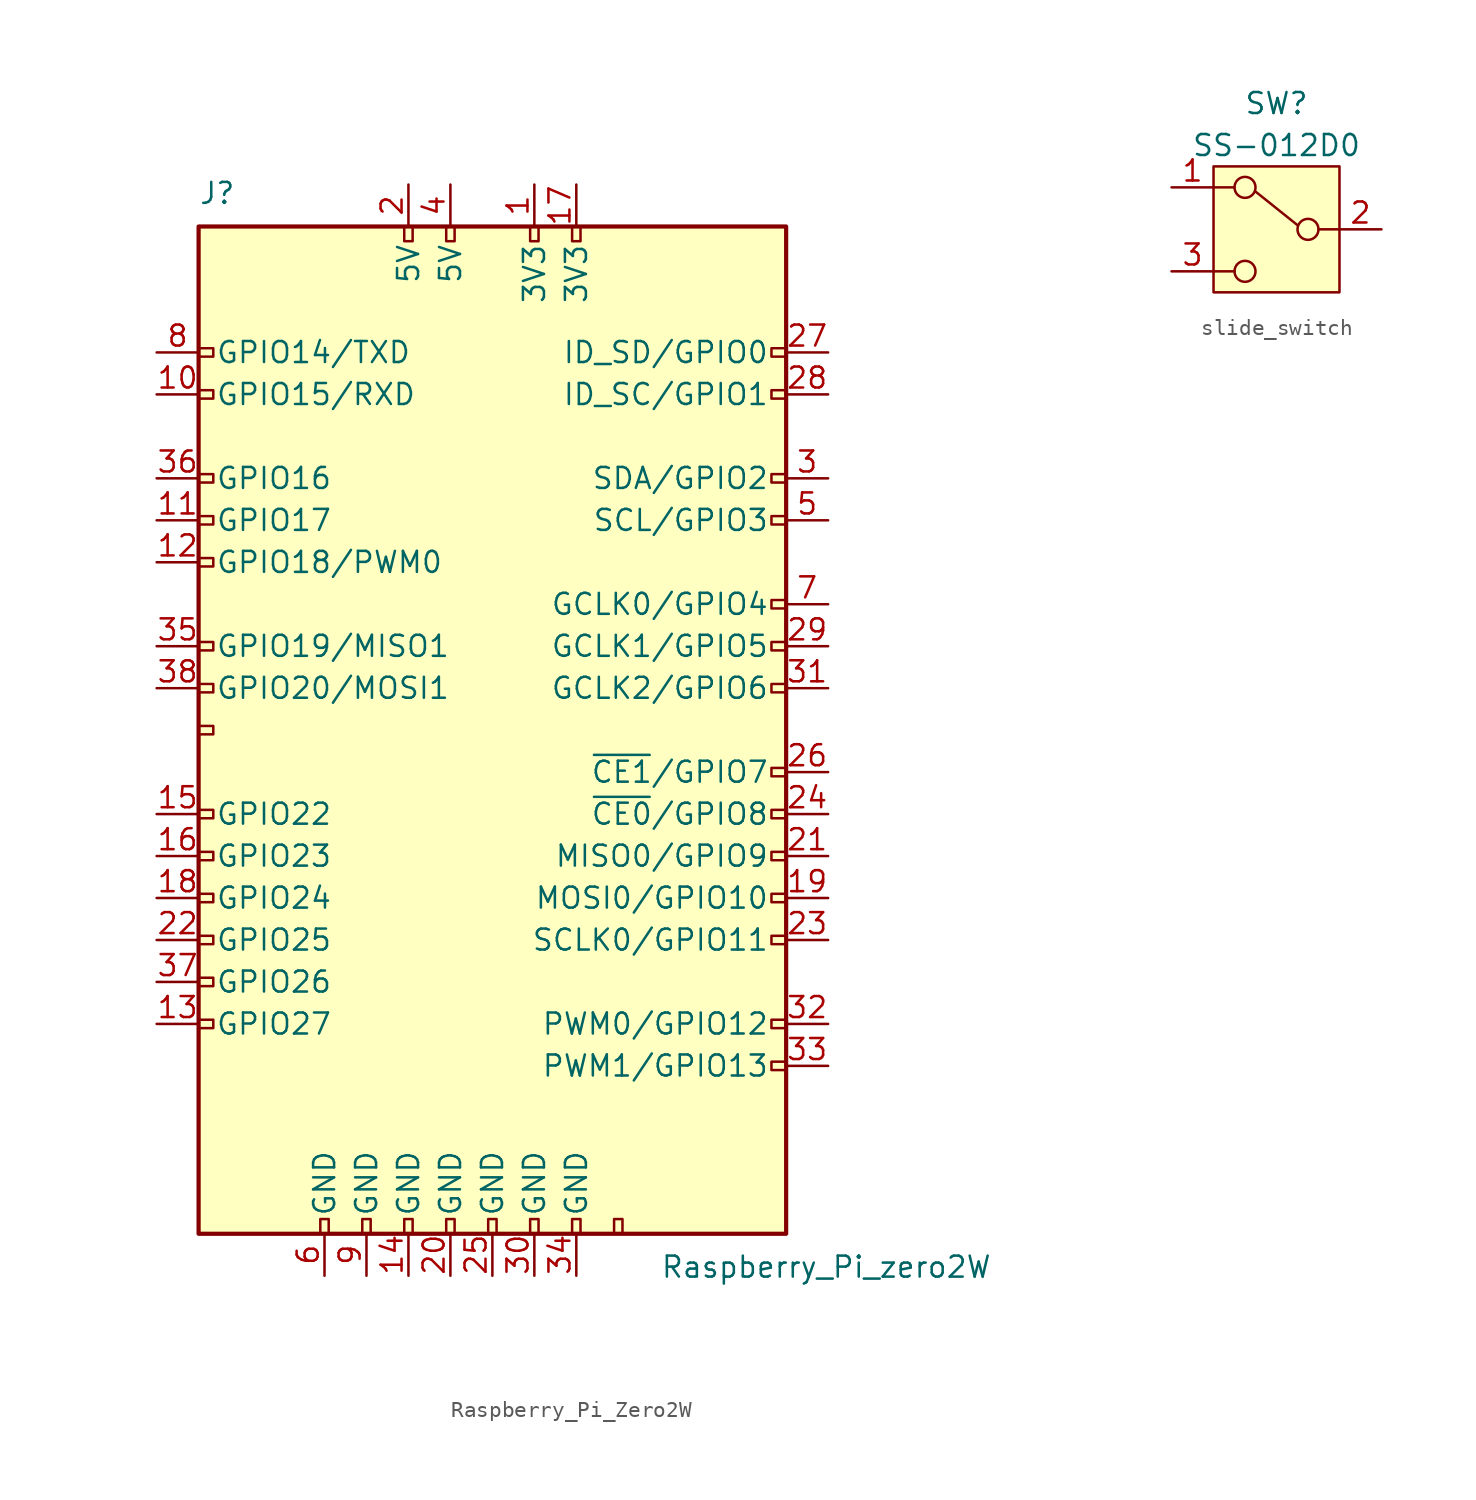
<source format=kicad_sym>
(kicad_symbol_lib
  (version 20231120)
  (generator "kicad_symbol_editor")
  (generator_version "8.0")
  (symbol "Raspberry_Pi_Zero2W"
    (pin_names
      (offset 1.016))
    (property "Reference" "J"
      (at -17.78 31.75 0)
      (effects (font (size 1.27 1.27)) (justify left bottom)))
    (property "Value" "Raspberry_Pi_zero2W"
      (at 10.16 -31.75 0)
      (effects (font (size 1.27 1.27)) (justify left top)))
    (symbol "Raspberry_Pi_Zero2W_0_1"
      (rectangle (start -17.78 30.48) (end 17.78 -30.48) (stroke (width 0.254) (type default)) (fill (type background))))
    (symbol "Raspberry_Pi_Zero2W_1_1"
      (rectangle (start -16.891 -17.526) (end -17.78 -18.034) (stroke (width 0) (type default)) (fill (type none)))
      (rectangle (start -16.891 -14.986) (end -17.78 -15.494) (stroke (width 0) (type default)) (fill (type none)))
      (rectangle (start -16.891 -12.446) (end -17.78 -12.954) (stroke (width 0) (type default)) (fill (type none)))
      (rectangle (start -16.891 -9.906) (end -17.78 -10.414) (stroke (width 0) (type default)) (fill (type none)))
      (rectangle (start -16.891 -7.366) (end -17.78 -7.874) (stroke (width 0) (type default)) (fill (type none)))
      (rectangle (start -16.891 -4.826) (end -17.78 -5.334) (stroke (width 0) (type default)) (fill (type none)))
      (rectangle (start -16.891 0.254) (end -17.78 -0.254) (stroke (width 0) (type default)) (fill (type none)))
      (rectangle (start -16.891 2.794) (end -17.78 2.286) (stroke (width 0) (type default)) (fill (type none)))
      (rectangle (start -16.891 5.334) (end -17.78 4.826) (stroke (width 0) (type default)) (fill (type none)))
      (rectangle (start -16.891 10.414) (end -17.78 9.906) (stroke (width 0) (type default)) (fill (type none)))
      (rectangle (start -16.891 12.954) (end -17.78 12.446) (stroke (width 0) (type default)) (fill (type none)))
      (rectangle (start -16.891 15.494) (end -17.78 14.986) (stroke (width 0) (type default)) (fill (type none)))
      (rectangle (start -16.891 20.574) (end -17.78 20.066) (stroke (width 0) (type default)) (fill (type none)))
      (rectangle (start -16.891 23.114) (end -17.78 22.606) (stroke (width 0) (type default)) (fill (type none)))
      (rectangle (start -10.414 -29.591) (end -9.906 -30.48) (stroke (width 0) (type default)) (fill (type none)))
      (rectangle (start -7.874 -29.591) (end -7.366 -30.48) (stroke (width 0) (type default)) (fill (type none)))
      (rectangle (start -5.334 -29.591) (end -4.826 -30.48) (stroke (width 0) (type default)) (fill (type none)))
      (rectangle (start -5.334 30.48) (end -4.826 29.591) (stroke (width 0) (type default)) (fill (type none)))
      (rectangle (start -2.794 -29.591) (end -2.286 -30.48) (stroke (width 0) (type default)) (fill (type none)))
      (rectangle (start -2.794 30.48) (end -2.286 29.591) (stroke (width 0) (type default)) (fill (type none)))
      (rectangle (start -0.254 -29.591) (end 0.254 -30.48) (stroke (width 0) (type default)) (fill (type none)))
      (rectangle (start 2.286 -29.591) (end 2.794 -30.48) (stroke (width 0) (type default)) (fill (type none)))
      (rectangle (start 2.286 30.48) (end 2.794 29.591) (stroke (width 0) (type default)) (fill (type none)))
      (rectangle (start 4.826 -29.591) (end 5.334 -30.48) (stroke (width 0) (type default)) (fill (type none)))
      (rectangle (start 4.826 30.48) (end 5.334 29.591) (stroke (width 0) (type default)) (fill (type none)))
      (rectangle (start 7.366 -29.591) (end 7.874 -30.48) (stroke (width 0) (type default)) (fill (type none)))
      (rectangle (start 17.78 -20.066) (end 16.891 -20.574) (stroke (width 0) (type default)) (fill (type none)))
      (rectangle (start 17.78 -17.526) (end 16.891 -18.034) (stroke (width 0) (type default)) (fill (type none)))
      (rectangle (start 17.78 -12.446) (end 16.891 -12.954) (stroke (width 0) (type default)) (fill (type none)))
      (rectangle (start 17.78 -9.906) (end 16.891 -10.414) (stroke (width 0) (type default)) (fill (type none)))
      (rectangle (start 17.78 -7.366) (end 16.891 -7.874) (stroke (width 0) (type default)) (fill (type none)))
      (rectangle (start 17.78 -4.826) (end 16.891 -5.334) (stroke (width 0) (type default)) (fill (type none)))
      (rectangle (start 17.78 -2.286) (end 16.891 -2.794) (stroke (width 0) (type default)) (fill (type none)))
      (rectangle (start 17.78 2.794) (end 16.891 2.286) (stroke (width 0) (type default)) (fill (type none)))
      (rectangle (start 17.78 5.334) (end 16.891 4.826) (stroke (width 0) (type default)) (fill (type none)))
      (rectangle (start 17.78 7.874) (end 16.891 7.366) (stroke (width 0) (type default)) (fill (type none)))
      (rectangle (start 17.78 12.954) (end 16.891 12.446) (stroke (width 0) (type default)) (fill (type none)))
      (rectangle (start 17.78 15.494) (end 16.891 14.986) (stroke (width 0) (type default)) (fill (type none)))
      (rectangle (start 17.78 20.574) (end 16.891 20.066) (stroke (width 0) (type default)) (fill (type none)))
      (rectangle (start 17.78 23.114) (end 16.891 22.606) (stroke (width 0) (type default)) (fill (type none)))
      (pin power_in line (at 2.54 33.02 270) (length 2.54) (name "3V3" (effects (font (size 1.27 1.27)))) (number "1" (effects (font (size 1.27 1.27)))))
      (pin bidirectional line (at -20.32 20.32 0) (length 2.54) (name "GPIO15/RXD" (effects (font (size 1.27 1.27)))) (number "10" (effects (font (size 1.27 1.27)))))
      (pin bidirectional line (at -20.32 12.7 0) (length 2.54) (name "GPIO17" (effects (font (size 1.27 1.27)))) (number "11" (effects (font (size 1.27 1.27)))))
      (pin bidirectional line (at -20.32 10.16 0) (length 2.54) (name "GPIO18/PWM0" (effects (font (size 1.27 1.27)))) (number "12" (effects (font (size 1.27 1.27)))))
      (pin bidirectional line (at -20.32 -17.78 0) (length 2.54) (name "GPIO27" (effects (font (size 1.27 1.27)))) (number "13" (effects (font (size 1.27 1.27)))))
      (pin power_in line (at -5.08 -33.02 90) (length 2.54) (name "GND" (effects (font (size 1.27 1.27)))) (number "14" (effects (font (size 1.27 1.27)))))
      (pin bidirectional line (at -20.32 -5.08 0) (length 2.54) (name "GPIO22" (effects (font (size 1.27 1.27)))) (number "15" (effects (font (size 1.27 1.27)))))
      (pin bidirectional line (at -20.32 -7.62 0) (length 2.54) (name "GPIO23" (effects (font (size 1.27 1.27)))) (number "16" (effects (font (size 1.27 1.27)))))
      (pin power_in line (at 5.08 33.02 270) (length 2.54) (name "3V3" (effects (font (size 1.27 1.27)))) (number "17" (effects (font (size 1.27 1.27)))))
      (pin bidirectional line (at -20.32 -10.16 0) (length 2.54) (name "GPIO24" (effects (font (size 1.27 1.27)))) (number "18" (effects (font (size 1.27 1.27)))))
      (pin bidirectional line (at 20.32 -10.16 180) (length 2.54) (name "MOSI0/GPIO10" (effects (font (size 1.27 1.27)))) (number "19" (effects (font (size 1.27 1.27)))))
      (pin power_in line (at -5.08 33.02 270) (length 2.54) (name "5V" (effects (font (size 1.27 1.27)))) (number "2" (effects (font (size 1.27 1.27)))))
      (pin power_in line (at -2.54 -33.02 90) (length 2.54) (name "GND" (effects (font (size 1.27 1.27)))) (number "20" (effects (font (size 1.27 1.27)))))
      (pin bidirectional line (at 20.32 -7.62 180) (length 2.54) (name "MISO0/GPIO9" (effects (font (size 1.27 1.27)))) (number "21" (effects (font (size 1.27 1.27)))))
      (pin bidirectional line (at -20.32 -12.7 0) (length 2.54) (name "GPIO25" (effects (font (size 1.27 1.27)))) (number "22" (effects (font (size 1.27 1.27)))))
      (pin bidirectional line (at 20.32 -12.7 180) (length 2.54) (name "SCLK0/GPIO11" (effects (font (size 1.27 1.27)))) (number "23" (effects (font (size 1.27 1.27)))))
      (pin bidirectional line (at 20.32 -5.08 180) (length 2.54) (name "~{CE0}/GPIO8" (effects (font (size 1.27 1.27)))) (number "24" (effects (font (size 1.27 1.27)))))
      (pin power_in line (at 0 -33.02 90) (length 2.54) (name "GND" (effects (font (size 1.27 1.27)))) (number "25" (effects (font (size 1.27 1.27)))))
      (pin bidirectional line (at 20.32 -2.54 180) (length 2.54) (name "~{CE1}/GPIO7" (effects (font (size 1.27 1.27)))) (number "26" (effects (font (size 1.27 1.27)))))
      (pin bidirectional line (at 20.32 22.86 180) (length 2.54) (name "ID_SD/GPIO0" (effects (font (size 1.27 1.27)))) (number "27" (effects (font (size 1.27 1.27)))))
      (pin bidirectional line (at 20.32 20.32 180) (length 2.54) (name "ID_SC/GPIO1" (effects (font (size 1.27 1.27)))) (number "28" (effects (font (size 1.27 1.27)))))
      (pin bidirectional line (at 20.32 5.08 180) (length 2.54) (name "GCLK1/GPIO5" (effects (font (size 1.27 1.27)))) (number "29" (effects (font (size 1.27 1.27)))))
      (pin bidirectional line (at 20.32 15.24 180) (length 2.54) (name "SDA/GPIO2" (effects (font (size 1.27 1.27)))) (number "3" (effects (font (size 1.27 1.27)))))
      (pin power_in line (at 2.54 -33.02 90) (length 2.54) (name "GND" (effects (font (size 1.27 1.27)))) (number "30" (effects (font (size 1.27 1.27)))))
      (pin bidirectional line (at 20.32 2.54 180) (length 2.54) (name "GCLK2/GPIO6" (effects (font (size 1.27 1.27)))) (number "31" (effects (font (size 1.27 1.27)))))
      (pin bidirectional line (at 20.32 -17.78 180) (length 2.54) (name "PWM0/GPIO12" (effects (font (size 1.27 1.27)))) (number "32" (effects (font (size 1.27 1.27)))))
      (pin bidirectional line (at 20.32 -20.32 180) (length 2.54) (name "PWM1/GPIO13" (effects (font (size 1.27 1.27)))) (number "33" (effects (font (size 1.27 1.27)))))
      (pin power_in line (at 5.08 -33.02 90) (length 2.54) (name "GND" (effects (font (size 1.27 1.27)))) (number "34" (effects (font (size 1.27 1.27)))))
      (pin bidirectional line (at -20.32 5.08 0) (length 2.54) (name "GPIO19/MISO1" (effects (font (size 1.27 1.27)))) (number "35" (effects (font (size 1.27 1.27)))))
      (pin bidirectional line (at -20.32 15.24 0) (length 2.54) (name "GPIO16" (effects (font (size 1.27 1.27)))) (number "36" (effects (font (size 1.27 1.27)))))
      (pin bidirectional line (at -20.32 -15.24 0) (length 2.54) (name "GPIO26" (effects (font (size 1.27 1.27)))) (number "37" (effects (font (size 1.27 1.27)))))
      (pin bidirectional line (at -20.32 2.54 0) (length 2.54) (name "GPIO20/MOSI1" (effects (font (size 1.27 1.27)))) (number "38" (effects (font (size 1.27 1.27)))))
      (pin power_in line (at -2.54 33.02 270) (length 2.54) (name "5V" (effects (font (size 1.27 1.27)))) (number "4" (effects (font (size 1.27 1.27)))))
      (pin bidirectional line (at 20.32 12.7 180) (length 2.54) (name "SCL/GPIO3" (effects (font (size 1.27 1.27)))) (number "5" (effects (font (size 1.27 1.27)))))
      (pin power_in line (at -10.16 -33.02 90) (length 2.54) (name "GND" (effects (font (size 1.27 1.27)))) (number "6" (effects (font (size 1.27 1.27)))))
      (pin bidirectional line (at 20.32 7.62 180) (length 2.54) (name "GCLK0/GPIO4" (effects (font (size 1.27 1.27)))) (number "7" (effects (font (size 1.27 1.27)))))
      (pin bidirectional line (at -20.32 22.86 0) (length 2.54) (name "GPIO14/TXD" (effects (font (size 1.27 1.27)))) (number "8" (effects (font (size 1.27 1.27)))))
      (pin power_in line (at -7.62 -33.02 90) (length 2.54) (name "GND" (effects (font (size 1.27 1.27)))) (number "9" (effects (font (size 1.27 1.27)))))))
  (symbol "slide_switch"
    (property "Reference" "SW"
      (at 0 7.62 0)
      (effects (font (size 1.27 1.27))))
    (property "Value" "SS-012D0"
      (at 0 5.08 0)
      (effects (font (size 1.27 1.27))))
    (symbol "slide_switch_1_0"
      (pin passive line (at -6.35 2.54 0) (length 2.54) (name "" (effects (font (size 1.27 1.27)))) (number "1" (effects (font (size 1.27 1.27))))))
    (symbol "slide_switch_1_1"
      (rectangle (start -3.81 3.81) (end 3.81 -3.81) (stroke (width 0) (type default)) (fill (type background)))
      (circle (center -1.905 -2.54) (radius 0.635) (stroke (width 0) (type default)) (fill (type none)))
      (circle (center -1.905 2.54) (radius 0.635) (stroke (width 0) (type default)) (fill (type none)))
      (polyline (pts (xy -3.81 -2.54) (xy -2.54 -2.54)) (stroke (width 0) (type default)) (fill (type none)))
      (polyline (pts (xy -3.81 2.54) (xy -2.54 2.54)) (stroke (width 0) (type default)) (fill (type none)))
      (polyline (pts (xy -1.27 2.286) (xy 1.27 0.254)) (stroke (width 0) (type default)) (fill (type none)))
      (polyline (pts (xy 3.81 0) (xy 2.54 0)) (stroke (width 0) (type default)) (fill (type none)))
      (circle (center 1.905 0) (radius 0.635) (stroke (width 0) (type default)) (fill (type none)))
      (pin passive line (at 6.35 0 180) (length 2.54) (name "" (effects (font (size 1.27 1.27)))) (number "2" (effects (font (size 1.27 1.27)))))
      (pin passive line (at -6.35 -2.54 0) (length 2.54) (name "" (effects (font (size 1.27 1.27)))) (number "3" (effects (font (size 1.27 1.27))))))))
</source>
